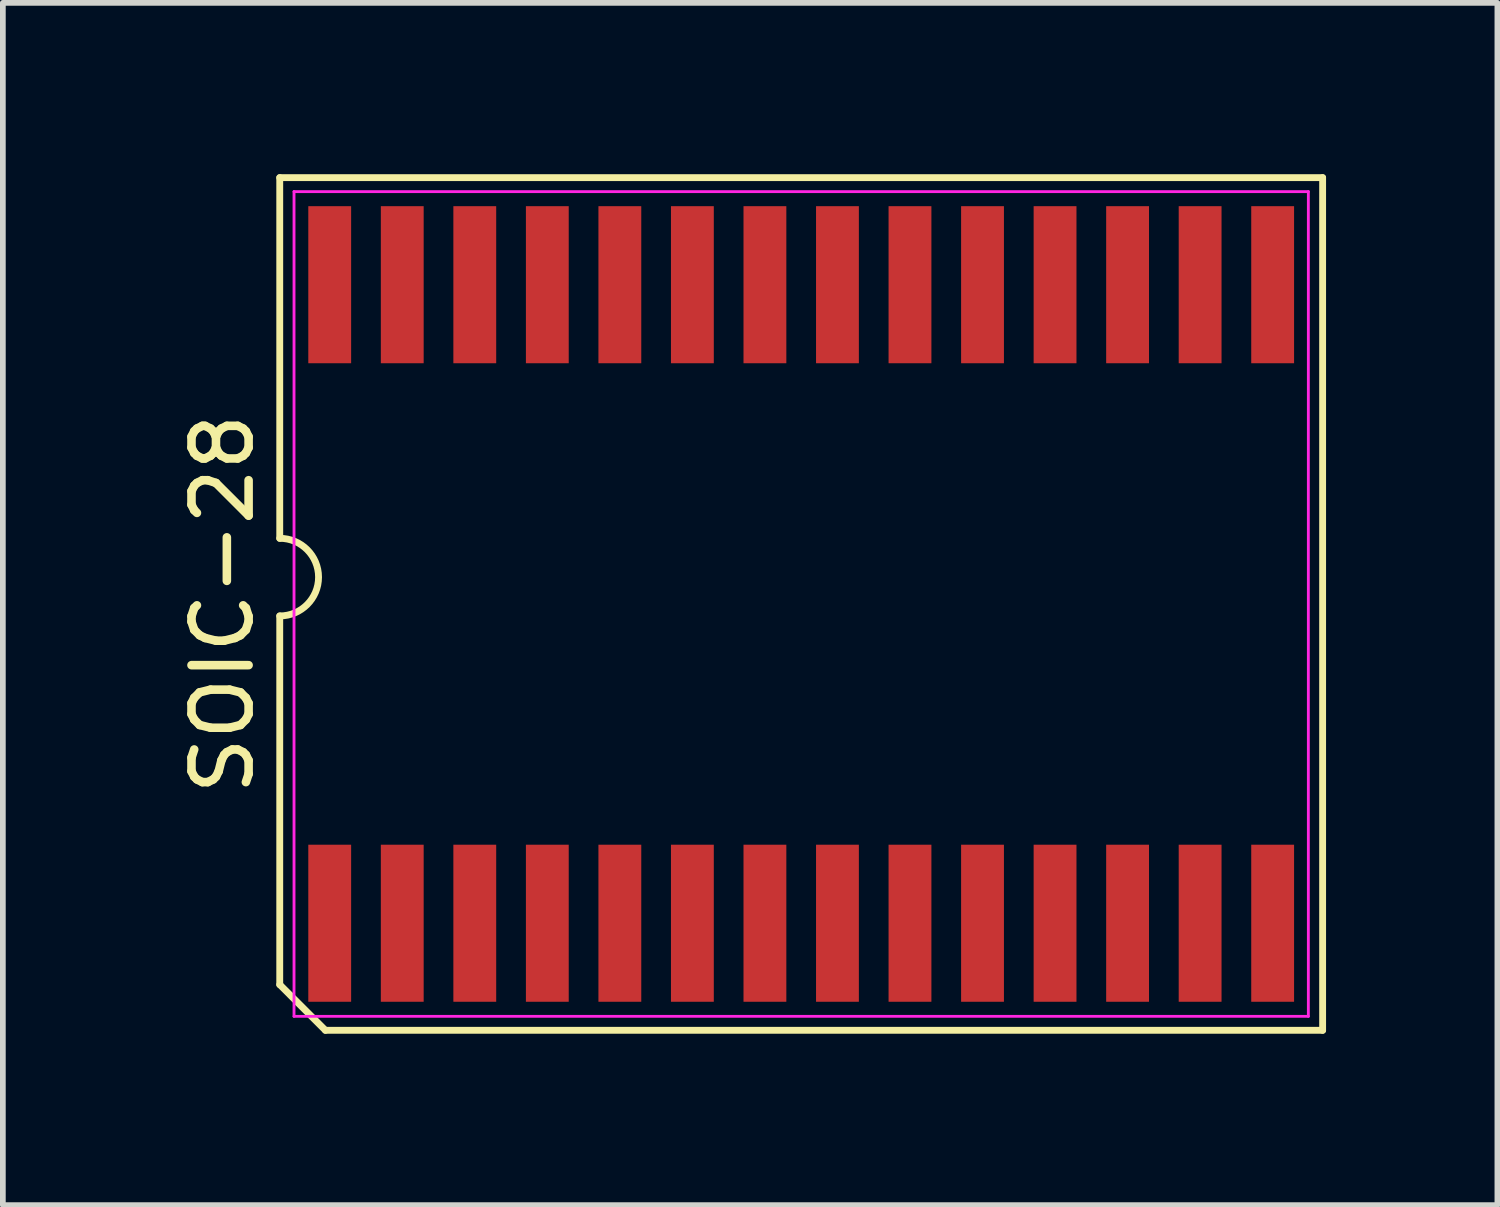
<source format=kicad_pcb>
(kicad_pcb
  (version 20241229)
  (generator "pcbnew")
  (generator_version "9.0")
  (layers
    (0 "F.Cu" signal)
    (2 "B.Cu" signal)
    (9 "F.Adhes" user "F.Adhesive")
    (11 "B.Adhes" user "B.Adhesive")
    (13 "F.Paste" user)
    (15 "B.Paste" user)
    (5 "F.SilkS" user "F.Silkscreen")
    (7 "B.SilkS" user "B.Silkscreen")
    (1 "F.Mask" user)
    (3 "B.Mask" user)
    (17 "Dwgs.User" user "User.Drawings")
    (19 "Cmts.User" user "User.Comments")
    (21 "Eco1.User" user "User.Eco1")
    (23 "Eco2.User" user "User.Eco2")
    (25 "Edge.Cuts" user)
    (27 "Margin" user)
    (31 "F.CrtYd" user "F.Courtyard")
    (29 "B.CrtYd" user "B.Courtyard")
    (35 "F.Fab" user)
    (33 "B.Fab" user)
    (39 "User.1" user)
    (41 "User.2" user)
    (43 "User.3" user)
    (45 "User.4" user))
  (footprint "SOIC-28"
    (layer "F.Cu")
    (at 10.978 7.525)
    (property "Reference" "SOIC-28" (at -10.13 0 90) (layer "F.SilkS") (effects (font (size 1 1) (thickness 0.15))))
    (attr through_hole)
    (fp_line (start -9.13 -7.465) (end 9.13 -7.465) (stroke (width 0.12) (type solid)) (layer "F.SilkS"))
    (fp_line (start -9.13 -1.149) (end -9.13 -7.465) (stroke (width 0.12) (type solid)) (layer "F.SilkS"))
    (fp_line (start -9.13 0.209) (end -9.13 6.665) (stroke (width 0.12) (type default)) (layer "F.SilkS"))
    (fp_line (start -8.33 7.465) (end -9.13 6.665) (stroke (width 0.12) (type solid)) (layer "F.SilkS"))
    (fp_line (start 9.13 -7.465) (end 9.13 7.465) (stroke (width 0.12) (type solid)) (layer "F.SilkS"))
    (fp_line (start 9.13 7.465) (end -8.33 7.465) (stroke (width 0.12) (type solid)) (layer "F.SilkS"))
    (fp_arc (start -9.13 -1.149466) (mid -8.450534 -0.47) (end -9.13 0.209466) (stroke (width 0.12) (type default)) (layer "F.SilkS"))
    (fp_line (start -8.88 -7.22) (end 8.88 -7.22) (stroke (width 0.05) (type solid)) (layer "F.CrtYd"))
    (fp_line (start -8.88 7.22) (end -8.88 -7.22) (stroke (width 0.05) (type solid)) (layer "F.CrtYd"))
    (fp_line (start 8.88 -7.22) (end 8.88 7.22) (stroke (width 0.05) (type solid)) (layer "F.CrtYd"))
    (fp_line (start 8.88 7.22) (end -8.88 7.22) (stroke (width 0.05) (type solid)) (layer "F.CrtYd"))
    (pad "1" smd rect (at -8.255 5.59) (size 0.75 2.75) (layers "F.Cu" "F.Mask" "F.Paste"))
    (pad "2" smd rect (at -6.985 5.59) (size 0.75 2.75) (layers "F.Cu" "F.Mask" "F.Paste"))
    (pad "3" smd rect (at -5.715 5.59) (size 0.75 2.75) (layers "F.Cu" "F.Mask" "F.Paste"))
    (pad "4" smd rect (at -4.445 5.59) (size 0.75 2.75) (layers "F.Cu" "F.Mask" "F.Paste"))
    (pad "5" smd rect (at -3.175 5.59) (size 0.75 2.75) (layers "F.Cu" "F.Mask" "F.Paste"))
    (pad "6" smd rect (at -1.905 5.59) (size 0.75 2.75) (layers "F.Cu" "F.Mask" "F.Paste"))
    (pad "7" smd rect (at -0.635 5.59) (size 0.75 2.75) (layers "F.Cu" "F.Mask" "F.Paste"))
    (pad "8" smd rect (at 0.635 5.59) (size 0.75 2.75) (layers "F.Cu" "F.Mask" "F.Paste"))
    (pad "9" smd rect (at 1.905 5.59) (size 0.75 2.75) (layers "F.Cu" "F.Mask" "F.Paste"))
    (pad "10" smd rect (at 3.175 5.59) (size 0.75 2.75) (layers "F.Cu" "F.Mask" "F.Paste"))
    (pad "11" smd rect (at 4.445 5.59) (size 0.75 2.75) (layers "F.Cu" "F.Mask" "F.Paste"))
    (pad "12" smd rect (at 5.715 5.59) (size 0.75 2.75) (layers "F.Cu" "F.Mask" "F.Paste"))
    (pad "13" smd rect (at 6.985 5.59) (size 0.75 2.75) (layers "F.Cu" "F.Mask" "F.Paste"))
    (pad "14" smd rect (at 8.255 5.59) (size 0.75 2.75) (layers "F.Cu" "F.Mask" "F.Paste"))
    (pad "15" smd rect (at 8.255 -5.59) (size 0.75 2.75) (layers "F.Cu" "F.Mask" "F.Paste"))
    (pad "16" smd rect (at 6.985 -5.59) (size 0.75 2.75) (layers "F.Cu" "F.Mask" "F.Paste"))
    (pad "17" smd rect (at 5.715 -5.59) (size 0.75 2.75) (layers "F.Cu" "F.Mask" "F.Paste"))
    (pad "18" smd rect (at 4.445 -5.59) (size 0.75 2.75) (layers "F.Cu" "F.Mask" "F.Paste"))
    (pad "19" smd rect (at 3.175 -5.59) (size 0.75 2.75) (layers "F.Cu" "F.Mask" "F.Paste"))
    (pad "20" smd rect (at 1.905 -5.59) (size 0.75 2.75) (layers "F.Cu" "F.Mask" "F.Paste"))
    (pad "21" smd rect (at 0.635 -5.59) (size 0.75 2.75) (layers "F.Cu" "F.Mask" "F.Paste"))
    (pad "22" smd rect (at -0.635 -5.59) (size 0.75 2.75) (layers "F.Cu" "F.Mask" "F.Paste"))
    (pad "23" smd rect (at -1.905 -5.59) (size 0.75 2.75) (layers "F.Cu" "F.Mask" "F.Paste"))
    (pad "24" smd rect (at -3.175 -5.59) (size 0.75 2.75) (layers "F.Cu" "F.Mask" "F.Paste"))
    (pad "25" smd rect (at -4.445 -5.59) (size 0.75 2.75) (layers "F.Cu" "F.Mask" "F.Paste"))
    (pad "26" smd rect (at -5.715 -5.59) (size 0.75 2.75) (layers "F.Cu" "F.Mask" "F.Paste"))
    (pad "27" smd rect (at -6.985 -5.59) (size 0.75 2.75) (layers "F.Cu" "F.Mask" "F.Paste"))
    (pad "28" smd rect (at -8.255 -5.59) (size 0.75 2.75) (layers "F.Cu" "F.Mask" "F.Paste")))
  (gr_rect
    (start -3 -3)
    (end 23.168 18.05)
    (stroke (width 0.1) (type default))
    (fill no)
    (layer "Edge.Cuts")))
</source>
